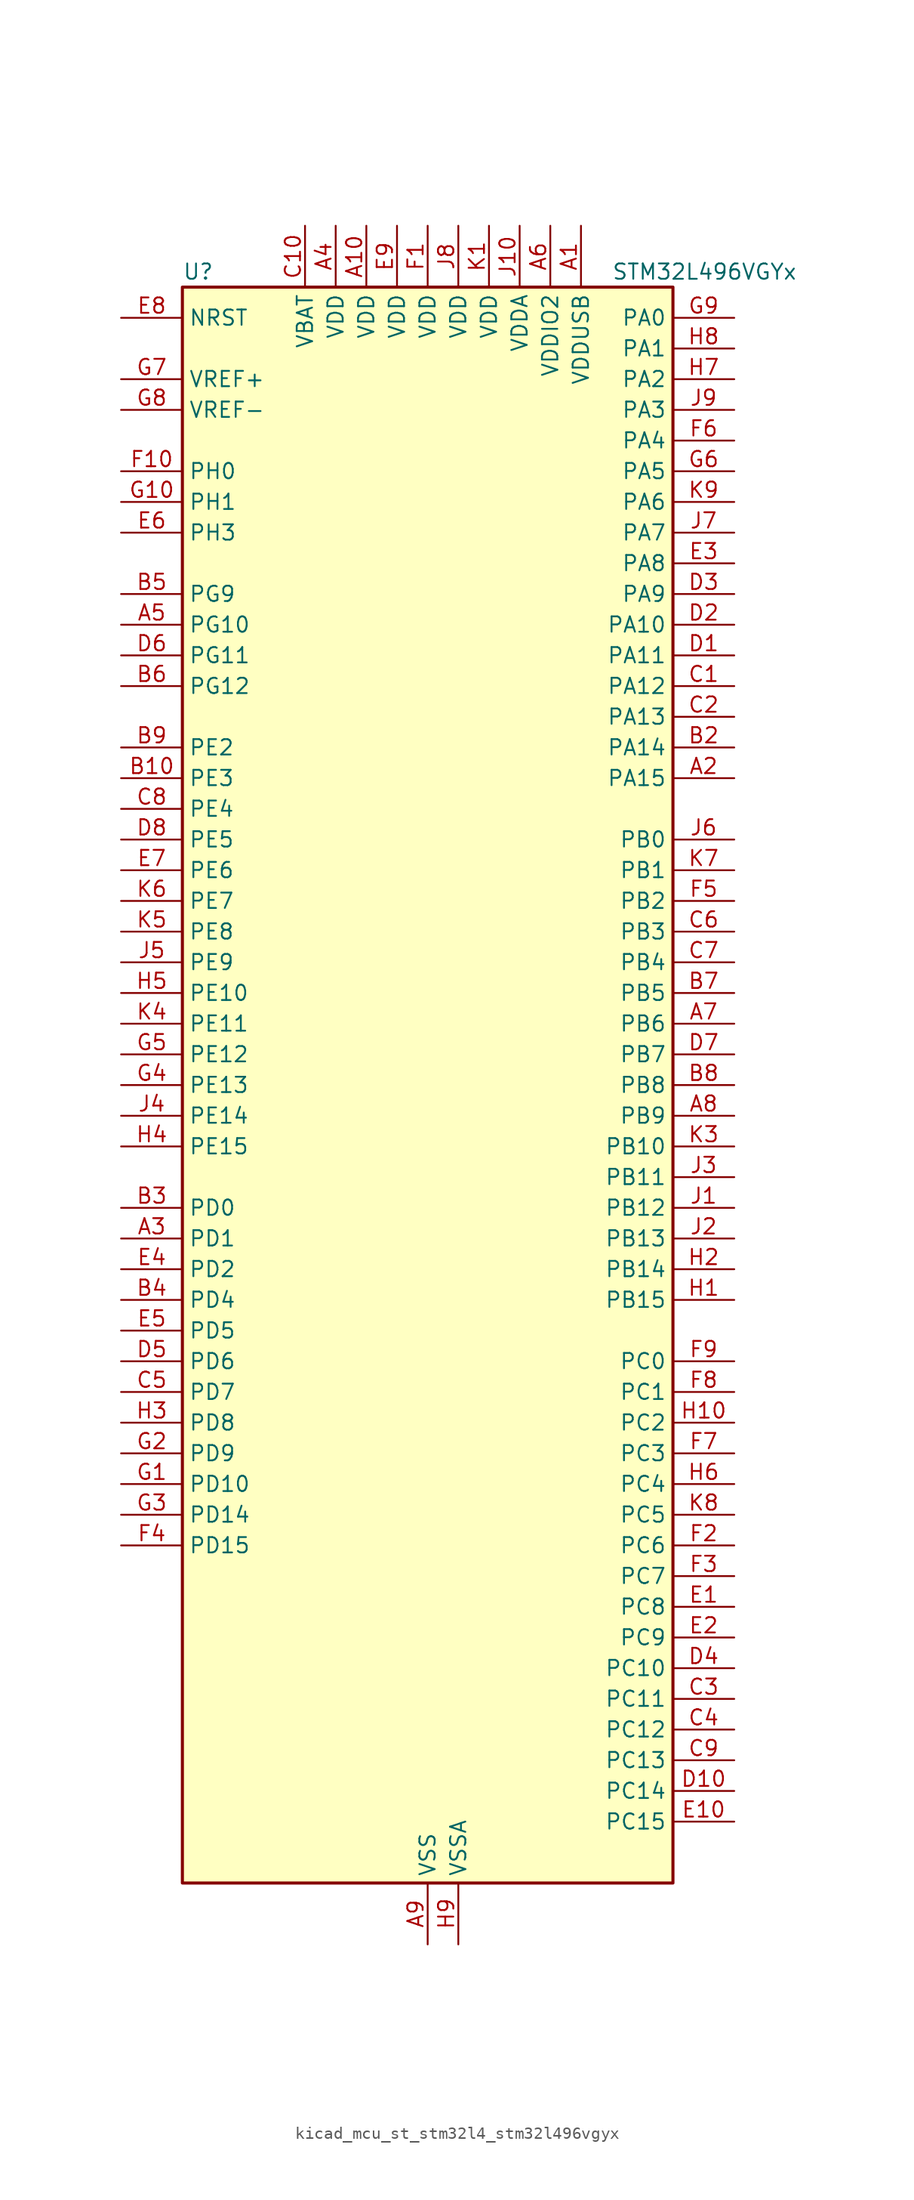
<source format=kicad_sym>
(kicad_symbol_lib
  (version 20220914)
  (generator kicad_symbol_editor)
  (symbol "kicad_mcu_st_stm32l4_stm32l496vgyx"
    (property "Reference" "U"
      (at -20.32 67.31 0)
      (effects (font (size 1.27 1.27)) (justify left)))
    (property "Value" "STM32L496VGYx"
      (at 15.24 67.31 0)
      (effects (font (size 1.27 1.27)) (justify left)))
    (property "ki_locked" ""
      (at 0 0 0)
      (effects (font (size 1.27 1.27))))
    (symbol "kicad_mcu_st_stm32l4_stm32l496vgyx_0_1"
      (rectangle (start -20.32 -66.04) (end 20.32 66.04) (stroke (width 0.254) (type default)) (fill (type background))))
    (symbol "kicad_mcu_st_stm32l4_stm32l496vgyx_1_1"
      (pin power_in line (at 12.7 71.12 270) (length 5.08) (name "VDDUSB" (effects (font (size 1.27 1.27)))) (number "A1" (effects (font (size 1.27 1.27)))))
      (pin power_in line (at -5.08 71.12 270) (length 5.08) (name "VDD" (effects (font (size 1.27 1.27)))) (number "A10" (effects (font (size 1.27 1.27)))))
      (pin bidirectional line (at 25.4 25.4 180) (length 5.08) (name "PA15" (effects (font (size 1.27 1.27)))) (number "A2" (effects (font (size 1.27 1.27)))) (alternate "ADC1_EXTI15" bidirectional line) (alternate "ADC2_EXTI15" bidirectional line) (alternate "ADC3_EXTI15" bidirectional line) (alternate "LCD_SEG17" bidirectional line) (alternate "SAI2_FS_B" bidirectional line) (alternate "SPI1_NSS" bidirectional line) (alternate "SPI3_NSS" bidirectional line) (alternate "SWPMI1_SUSPEND" bidirectional line) (alternate "SYS_JTDI" bidirectional line) (alternate "TIM2_CH1" bidirectional line) (alternate "TIM2_ETR" bidirectional line) (alternate "TSC_G3_IO1" bidirectional line) (alternate "UART4_DE" bidirectional line) (alternate "UART4_RTS" bidirectional line) (alternate "USART2_RX" bidirectional line) (alternate "USART3_DE" bidirectional line) (alternate "USART3_RTS" bidirectional line))
      (pin bidirectional line (at -25.4 -12.7 0) (length 5.08) (name "PD1" (effects (font (size 1.27 1.27)))) (number "A3" (effects (font (size 1.27 1.27)))) (alternate "CAN1_TX" bidirectional line) (alternate "DFSDM1_CKIN7" bidirectional line) (alternate "FMC_D3" bidirectional line) (alternate "FMC_DA3" bidirectional line) (alternate "SPI2_SCK" bidirectional line))
      (pin power_in line (at -7.62 71.12 270) (length 5.08) (name "VDD" (effects (font (size 1.27 1.27)))) (number "A4" (effects (font (size 1.27 1.27)))))
      (pin bidirectional line (at -25.4 38.1 0) (length 5.08) (name "PG10" (effects (font (size 1.27 1.27)))) (number "A5" (effects (font (size 1.27 1.27)))) (alternate "LPTIM1_IN1" bidirectional line) (alternate "SAI2_FS_A" bidirectional line) (alternate "SPI3_MISO" bidirectional line) (alternate "TIM15_CH1" bidirectional line) (alternate "USART1_RX" bidirectional line))
      (pin power_in line (at 10.16 71.12 270) (length 5.08) (name "VDDIO2" (effects (font (size 1.27 1.27)))) (number "A6" (effects (font (size 1.27 1.27)))))
      (pin bidirectional line (at 25.4 5.08 180) (length 5.08) (name "PB6" (effects (font (size 1.27 1.27)))) (number "A7" (effects (font (size 1.27 1.27)))) (alternate "CAN2_TX" bidirectional line) (alternate "COMP2_INP" bidirectional line) (alternate "DCMI_D5" bidirectional line) (alternate "DFSDM1_DATIN5" bidirectional line) (alternate "I2C1_SCL" bidirectional line) (alternate "I2C4_SCL" bidirectional line) (alternate "LPTIM1_ETR" bidirectional line) (alternate "SAI1_FS_B" bidirectional line) (alternate "TIM16_CH1N" bidirectional line) (alternate "TIM4_CH1" bidirectional line) (alternate "TIM8_BKIN2" bidirectional line) (alternate "TIM8_BKIN2_COMP2" bidirectional line) (alternate "TSC_G2_IO3" bidirectional line) (alternate "USART1_TX" bidirectional line))
      (pin bidirectional line (at 25.4 -2.54 180) (length 5.08) (name "PB9" (effects (font (size 1.27 1.27)))) (number "A8" (effects (font (size 1.27 1.27)))) (alternate "CAN1_TX" bidirectional line) (alternate "DAC1_EXTI9" bidirectional line) (alternate "DCMI_D7" bidirectional line) (alternate "DFSDM1_CKIN6" bidirectional line) (alternate "I2C1_SDA" bidirectional line) (alternate "IR_OUT" bidirectional line) (alternate "LCD_COM3" bidirectional line) (alternate "SAI1_FS_A" bidirectional line) (alternate "SDMMC1_D5" bidirectional line) (alternate "SPI2_NSS" bidirectional line) (alternate "TIM17_CH1" bidirectional line) (alternate "TIM4_CH4" bidirectional line))
      (pin power_in line (at 0 -71.12 90) (length 5.08) (name "VSS" (effects (font (size 1.27 1.27)))) (number "A9" (effects (font (size 1.27 1.27)))))
      (pin passive line (at 0 -71.12 90) (length 5.08) hide (name "VSS" (effects (font (size 1.27 1.27)))) (number "B1" (effects (font (size 1.27 1.27)))))
      (pin bidirectional line (at -25.4 25.4 0) (length 5.08) (name "PE3" (effects (font (size 1.27 1.27)))) (number "B10" (effects (font (size 1.27 1.27)))) (alternate "FMC_A19" bidirectional line) (alternate "LCD_SEG39" bidirectional line) (alternate "SAI1_SD_B" bidirectional line) (alternate "SYS_TRACED0" bidirectional line) (alternate "TIM3_CH1" bidirectional line) (alternate "TSC_G7_IO2" bidirectional line))
      (pin bidirectional line (at 25.4 27.94 180) (length 5.08) (name "PA14" (effects (font (size 1.27 1.27)))) (number "B2" (effects (font (size 1.27 1.27)))) (alternate "I2C1_SMBA" bidirectional line) (alternate "I2C4_SMBA" bidirectional line) (alternate "LPTIM1_OUT" bidirectional line) (alternate "SAI1_FS_B" bidirectional line) (alternate "SWPMI1_RX" bidirectional line) (alternate "SYS_JTCK-SWCLK" bidirectional line) (alternate "USB_OTG_FS_SOF" bidirectional line))
      (pin bidirectional line (at -25.4 -10.16 0) (length 5.08) (name "PD0" (effects (font (size 1.27 1.27)))) (number "B3" (effects (font (size 1.27 1.27)))) (alternate "CAN1_RX" bidirectional line) (alternate "DFSDM1_DATIN7" bidirectional line) (alternate "FMC_D2" bidirectional line) (alternate "FMC_DA2" bidirectional line) (alternate "SPI2_NSS" bidirectional line))
      (pin bidirectional line (at -25.4 -17.78 0) (length 5.08) (name "PD4" (effects (font (size 1.27 1.27)))) (number "B4" (effects (font (size 1.27 1.27)))) (alternate "DFSDM1_CKIN0" bidirectional line) (alternate "FMC_NOE" bidirectional line) (alternate "QUADSPI_BK2_IO0" bidirectional line) (alternate "SPI2_MOSI" bidirectional line) (alternate "USART2_DE" bidirectional line) (alternate "USART2_RTS" bidirectional line))
      (pin bidirectional line (at -25.4 40.64 0) (length 5.08) (name "PG9" (effects (font (size 1.27 1.27)))) (number "B5" (effects (font (size 1.27 1.27)))) (alternate "DAC1_EXTI9" bidirectional line) (alternate "FMC_NCE" bidirectional line) (alternate "SAI2_SCK_A" bidirectional line) (alternate "SPI3_SCK" bidirectional line) (alternate "TIM15_CH1N" bidirectional line) (alternate "USART1_TX" bidirectional line))
      (pin bidirectional line (at -25.4 33.02 0) (length 5.08) (name "PG12" (effects (font (size 1.27 1.27)))) (number "B6" (effects (font (size 1.27 1.27)))) (alternate "LPTIM1_ETR" bidirectional line) (alternate "SAI2_SD_A" bidirectional line) (alternate "SPI3_NSS" bidirectional line) (alternate "USART1_DE" bidirectional line) (alternate "USART1_RTS" bidirectional line))
      (pin bidirectional line (at 25.4 7.62 180) (length 5.08) (name "PB5" (effects (font (size 1.27 1.27)))) (number "B7" (effects (font (size 1.27 1.27)))) (alternate "CAN2_RX" bidirectional line) (alternate "COMP2_OUT" bidirectional line) (alternate "DCMI_D10" bidirectional line) (alternate "I2C1_SMBA" bidirectional line) (alternate "LCD_SEG9" bidirectional line) (alternate "LPTIM1_IN1" bidirectional line) (alternate "SAI1_SD_B" bidirectional line) (alternate "SPI1_MOSI" bidirectional line) (alternate "SPI3_MOSI" bidirectional line) (alternate "TIM16_BKIN" bidirectional line) (alternate "TIM3_CH2" bidirectional line) (alternate "TSC_G2_IO2" bidirectional line) (alternate "UART5_CTS" bidirectional line) (alternate "USART1_CK" bidirectional line))
      (pin bidirectional line (at 25.4 0 180) (length 5.08) (name "PB8" (effects (font (size 1.27 1.27)))) (number "B8" (effects (font (size 1.27 1.27)))) (alternate "CAN1_RX" bidirectional line) (alternate "DCMI_D6" bidirectional line) (alternate "DFSDM1_DATIN6" bidirectional line) (alternate "I2C1_SCL" bidirectional line) (alternate "LCD_SEG16" bidirectional line) (alternate "SAI1_MCLK_A" bidirectional line) (alternate "SDMMC1_D4" bidirectional line) (alternate "TIM16_CH1" bidirectional line) (alternate "TIM4_CH3" bidirectional line))
      (pin bidirectional line (at -25.4 27.94 0) (length 5.08) (name "PE2" (effects (font (size 1.27 1.27)))) (number "B9" (effects (font (size 1.27 1.27)))) (alternate "FMC_A23" bidirectional line) (alternate "LCD_SEG38" bidirectional line) (alternate "SAI1_MCLK_A" bidirectional line) (alternate "SYS_TRACECLK" bidirectional line) (alternate "TIM3_ETR" bidirectional line) (alternate "TSC_G7_IO1" bidirectional line))
      (pin bidirectional line (at 25.4 33.02 180) (length 5.08) (name "PA12" (effects (font (size 1.27 1.27)))) (number "C1" (effects (font (size 1.27 1.27)))) (alternate "CAN1_TX" bidirectional line) (alternate "SPI1_MOSI" bidirectional line) (alternate "TIM1_ETR" bidirectional line) (alternate "USART1_DE" bidirectional line) (alternate "USART1_RTS" bidirectional line) (alternate "USB_OTG_FS_DP" bidirectional line))
      (pin power_in line (at -10.16 71.12 270) (length 5.08) (name "VBAT" (effects (font (size 1.27 1.27)))) (number "C10" (effects (font (size 1.27 1.27)))))
      (pin bidirectional line (at 25.4 30.48 180) (length 5.08) (name "PA13" (effects (font (size 1.27 1.27)))) (number "C2" (effects (font (size 1.27 1.27)))) (alternate "IR_OUT" bidirectional line) (alternate "SAI1_SD_B" bidirectional line) (alternate "SWPMI1_TX" bidirectional line) (alternate "SYS_JTMS-SWDIO" bidirectional line) (alternate "USB_OTG_FS_NOE" bidirectional line))
      (pin bidirectional line (at 25.4 -50.8 180) (length 5.08) (name "PC11" (effects (font (size 1.27 1.27)))) (number "C3" (effects (font (size 1.27 1.27)))) (alternate "ADC1_EXTI11" bidirectional line) (alternate "ADC2_EXTI11" bidirectional line) (alternate "ADC3_EXTI11" bidirectional line) (alternate "DCMI_D4" bidirectional line) (alternate "LCD_COM5" bidirectional line) (alternate "LCD_SEG29" bidirectional line) (alternate "LCD_SEG41" bidirectional line) (alternate "QUADSPI_BK2_NCS" bidirectional line) (alternate "SAI2_MCLK_B" bidirectional line) (alternate "SDMMC1_D3" bidirectional line) (alternate "SPI3_MISO" bidirectional line) (alternate "TSC_G3_IO3" bidirectional line) (alternate "UART4_RX" bidirectional line) (alternate "USART3_RX" bidirectional line))
      (pin bidirectional line (at 25.4 -53.34 180) (length 5.08) (name "PC12" (effects (font (size 1.27 1.27)))) (number "C4" (effects (font (size 1.27 1.27)))) (alternate "DCMI_D9" bidirectional line) (alternate "LCD_COM6" bidirectional line) (alternate "LCD_SEG30" bidirectional line) (alternate "LCD_SEG42" bidirectional line) (alternate "SAI2_SD_B" bidirectional line) (alternate "SDMMC1_CK" bidirectional line) (alternate "SPI3_MOSI" bidirectional line) (alternate "SYS_TRACED3" bidirectional line) (alternate "TSC_G3_IO4" bidirectional line) (alternate "UART5_TX" bidirectional line) (alternate "USART3_CK" bidirectional line))
      (pin bidirectional line (at -25.4 -25.4 0) (length 5.08) (name "PD7" (effects (font (size 1.27 1.27)))) (number "C5" (effects (font (size 1.27 1.27)))) (alternate "DFSDM1_CKIN1" bidirectional line) (alternate "FMC_NE1" bidirectional line) (alternate "QUADSPI_BK2_IO3" bidirectional line) (alternate "USART2_CK" bidirectional line))
      (pin bidirectional line (at 25.4 12.7 180) (length 5.08) (name "PB3" (effects (font (size 1.27 1.27)))) (number "C6" (effects (font (size 1.27 1.27)))) (alternate "COMP2_INM" bidirectional line) (alternate "CRS_SYNC" bidirectional line) (alternate "LCD_SEG7" bidirectional line) (alternate "SAI1_SCK_B" bidirectional line) (alternate "SPI1_SCK" bidirectional line) (alternate "SPI3_SCK" bidirectional line) (alternate "SYS_JTDO-SWO" bidirectional line) (alternate "TIM2_CH2" bidirectional line) (alternate "USART1_DE" bidirectional line) (alternate "USART1_RTS" bidirectional line))
      (pin bidirectional line (at 25.4 10.16 180) (length 5.08) (name "PB4" (effects (font (size 1.27 1.27)))) (number "C7" (effects (font (size 1.27 1.27)))) (alternate "COMP2_INP" bidirectional line) (alternate "DCMI_D12" bidirectional line) (alternate "I2C3_SDA" bidirectional line) (alternate "LCD_SEG8" bidirectional line) (alternate "SAI1_MCLK_B" bidirectional line) (alternate "SPI1_MISO" bidirectional line) (alternate "SPI3_MISO" bidirectional line) (alternate "SYS_JTRST" bidirectional line) (alternate "TIM17_BKIN" bidirectional line) (alternate "TIM3_CH1" bidirectional line) (alternate "TSC_G2_IO1" bidirectional line) (alternate "UART5_DE" bidirectional line) (alternate "UART5_RTS" bidirectional line) (alternate "USART1_CTS" bidirectional line))
      (pin bidirectional line (at -25.4 22.86 0) (length 5.08) (name "PE4" (effects (font (size 1.27 1.27)))) (number "C8" (effects (font (size 1.27 1.27)))) (alternate "DCMI_D4" bidirectional line) (alternate "DFSDM1_DATIN3" bidirectional line) (alternate "FMC_A20" bidirectional line) (alternate "SAI1_FS_A" bidirectional line) (alternate "SYS_TRACED1" bidirectional line) (alternate "TIM3_CH2" bidirectional line) (alternate "TSC_G7_IO3" bidirectional line))
      (pin bidirectional line (at 25.4 -55.88 180) (length 5.08) (name "PC13" (effects (font (size 1.27 1.27)))) (number "C9" (effects (font (size 1.27 1.27)))) (alternate "RTC_OUT_ALARM" bidirectional line) (alternate "RTC_OUT_CALIB" bidirectional line) (alternate "RTC_TAMP1" bidirectional line) (alternate "RTC_TS" bidirectional line) (alternate "SYS_WKUP2" bidirectional line))
      (pin bidirectional line (at 25.4 35.56 180) (length 5.08) (name "PA11" (effects (font (size 1.27 1.27)))) (number "D1" (effects (font (size 1.27 1.27)))) (alternate "ADC1_EXTI11" bidirectional line) (alternate "ADC2_EXTI11" bidirectional line) (alternate "ADC3_EXTI11" bidirectional line) (alternate "CAN1_RX" bidirectional line) (alternate "SPI1_MISO" bidirectional line) (alternate "TIM1_BKIN2" bidirectional line) (alternate "TIM1_BKIN2_COMP1" bidirectional line) (alternate "TIM1_CH4" bidirectional line) (alternate "USART1_CTS" bidirectional line) (alternate "USB_OTG_FS_DM" bidirectional line))
      (pin bidirectional line (at 25.4 -58.42 180) (length 5.08) (name "PC14" (effects (font (size 1.27 1.27)))) (number "D10" (effects (font (size 1.27 1.27)))) (alternate "RCC_OSC32_IN" bidirectional line))
      (pin bidirectional line (at 25.4 38.1 180) (length 5.08) (name "PA10" (effects (font (size 1.27 1.27)))) (number "D2" (effects (font (size 1.27 1.27)))) (alternate "DCMI_D1" bidirectional line) (alternate "LCD_COM2" bidirectional line) (alternate "SAI1_SD_A" bidirectional line) (alternate "TIM17_BKIN" bidirectional line) (alternate "TIM1_CH3" bidirectional line) (alternate "USART1_RX" bidirectional line) (alternate "USB_OTG_FS_ID" bidirectional line))
      (pin bidirectional line (at 25.4 40.64 180) (length 5.08) (name "PA9" (effects (font (size 1.27 1.27)))) (number "D3" (effects (font (size 1.27 1.27)))) (alternate "DAC1_EXTI9" bidirectional line) (alternate "DCMI_D0" bidirectional line) (alternate "LCD_COM1" bidirectional line) (alternate "SAI1_FS_A" bidirectional line) (alternate "SPI2_SCK" bidirectional line) (alternate "TIM15_BKIN" bidirectional line) (alternate "TIM1_CH2" bidirectional line) (alternate "USART1_TX" bidirectional line) (alternate "USB_OTG_FS_VBUS" bidirectional line))
      (pin bidirectional line (at 25.4 -48.26 180) (length 5.08) (name "PC10" (effects (font (size 1.27 1.27)))) (number "D4" (effects (font (size 1.27 1.27)))) (alternate "DCMI_D8" bidirectional line) (alternate "LCD_COM4" bidirectional line) (alternate "LCD_SEG28" bidirectional line) (alternate "LCD_SEG40" bidirectional line) (alternate "SAI2_SCK_B" bidirectional line) (alternate "SDMMC1_D2" bidirectional line) (alternate "SPI3_SCK" bidirectional line) (alternate "SYS_TRACED1" bidirectional line) (alternate "TSC_G3_IO2" bidirectional line) (alternate "UART4_TX" bidirectional line) (alternate "USART3_TX" bidirectional line))
      (pin bidirectional line (at -25.4 -22.86 0) (length 5.08) (name "PD6" (effects (font (size 1.27 1.27)))) (number "D5" (effects (font (size 1.27 1.27)))) (alternate "DCMI_D10" bidirectional line) (alternate "DFSDM1_DATIN1" bidirectional line) (alternate "FMC_NWAIT" bidirectional line) (alternate "QUADSPI_BK2_IO1" bidirectional line) (alternate "QUADSPI_BK2_IO2" bidirectional line) (alternate "SAI1_SD_A" bidirectional line) (alternate "USART2_RX" bidirectional line))
      (pin bidirectional line (at -25.4 35.56 0) (length 5.08) (name "PG11" (effects (font (size 1.27 1.27)))) (number "D6" (effects (font (size 1.27 1.27)))) (alternate "ADC1_EXTI11" bidirectional line) (alternate "ADC2_EXTI11" bidirectional line) (alternate "ADC3_EXTI11" bidirectional line) (alternate "LPTIM1_IN2" bidirectional line) (alternate "SAI2_MCLK_A" bidirectional line) (alternate "SPI3_MOSI" bidirectional line) (alternate "TIM15_CH2" bidirectional line) (alternate "USART1_CTS" bidirectional line))
      (pin bidirectional line (at 25.4 2.54 180) (length 5.08) (name "PB7" (effects (font (size 1.27 1.27)))) (number "D7" (effects (font (size 1.27 1.27)))) (alternate "COMP2_INM" bidirectional line) (alternate "DCMI_VSYNC" bidirectional line) (alternate "DFSDM1_CKIN5" bidirectional line) (alternate "FMC_NL" bidirectional line) (alternate "I2C1_SDA" bidirectional line) (alternate "I2C4_SDA" bidirectional line) (alternate "LCD_SEG21" bidirectional line) (alternate "LPTIM1_IN2" bidirectional line) (alternate "SYS_PVD_IN" bidirectional line) (alternate "TIM17_CH1N" bidirectional line) (alternate "TIM4_CH2" bidirectional line) (alternate "TIM8_BKIN" bidirectional line) (alternate "TIM8_BKIN_COMP1" bidirectional line) (alternate "TSC_G2_IO4" bidirectional line) (alternate "UART4_CTS" bidirectional line) (alternate "USART1_RX" bidirectional line))
      (pin bidirectional line (at -25.4 20.32 0) (length 5.08) (name "PE5" (effects (font (size 1.27 1.27)))) (number "D8" (effects (font (size 1.27 1.27)))) (alternate "DCMI_D6" bidirectional line) (alternate "DFSDM1_CKIN3" bidirectional line) (alternate "FMC_A21" bidirectional line) (alternate "SAI1_SCK_A" bidirectional line) (alternate "SYS_TRACED2" bidirectional line) (alternate "TIM3_CH3" bidirectional line) (alternate "TSC_G7_IO4" bidirectional line))
      (pin passive line (at 0 -71.12 90) (length 5.08) hide (name "VSS" (effects (font (size 1.27 1.27)))) (number "D9" (effects (font (size 1.27 1.27)))))
      (pin bidirectional line (at 25.4 -43.18 180) (length 5.08) (name "PC8" (effects (font (size 1.27 1.27)))) (number "E1" (effects (font (size 1.27 1.27)))) (alternate "DCMI_D2" bidirectional line) (alternate "LCD_SEG26" bidirectional line) (alternate "SDMMC1_D0" bidirectional line) (alternate "TIM3_CH3" bidirectional line) (alternate "TIM8_CH3" bidirectional line) (alternate "TSC_G4_IO3" bidirectional line))
      (pin bidirectional line (at 25.4 -60.96 180) (length 5.08) (name "PC15" (effects (font (size 1.27 1.27)))) (number "E10" (effects (font (size 1.27 1.27)))) (alternate "ADC1_EXTI15" bidirectional line) (alternate "ADC2_EXTI15" bidirectional line) (alternate "ADC3_EXTI15" bidirectional line) (alternate "RCC_OSC32_OUT" bidirectional line))
      (pin bidirectional line (at 25.4 -45.72 180) (length 5.08) (name "PC9" (effects (font (size 1.27 1.27)))) (number "E2" (effects (font (size 1.27 1.27)))) (alternate "DAC1_EXTI9" bidirectional line) (alternate "DCMI_D3" bidirectional line) (alternate "I2C3_SDA" bidirectional line) (alternate "LCD_SEG27" bidirectional line) (alternate "SAI2_EXTCLK" bidirectional line) (alternate "SDMMC1_D1" bidirectional line) (alternate "TIM3_CH4" bidirectional line) (alternate "TIM8_BKIN2" bidirectional line) (alternate "TIM8_BKIN2_COMP1" bidirectional line) (alternate "TIM8_CH4" bidirectional line) (alternate "TSC_G4_IO4" bidirectional line) (alternate "USB_OTG_FS_NOE" bidirectional line))
      (pin bidirectional line (at 25.4 43.18 180) (length 5.08) (name "PA8" (effects (font (size 1.27 1.27)))) (number "E3" (effects (font (size 1.27 1.27)))) (alternate "LCD_COM0" bidirectional line) (alternate "LPTIM2_OUT" bidirectional line) (alternate "RCC_MCO" bidirectional line) (alternate "SAI1_SCK_A" bidirectional line) (alternate "SWPMI1_IO" bidirectional line) (alternate "TIM1_CH1" bidirectional line) (alternate "USART1_CK" bidirectional line) (alternate "USB_OTG_FS_SOF" bidirectional line))
      (pin bidirectional line (at -25.4 -15.24 0) (length 5.08) (name "PD2" (effects (font (size 1.27 1.27)))) (number "E4" (effects (font (size 1.27 1.27)))) (alternate "DCMI_D11" bidirectional line) (alternate "LCD_COM7" bidirectional line) (alternate "LCD_SEG31" bidirectional line) (alternate "LCD_SEG43" bidirectional line) (alternate "SDMMC1_CMD" bidirectional line) (alternate "SYS_TRACED2" bidirectional line) (alternate "TIM3_ETR" bidirectional line) (alternate "TSC_SYNC" bidirectional line) (alternate "UART5_RX" bidirectional line) (alternate "USART3_DE" bidirectional line) (alternate "USART3_RTS" bidirectional line))
      (pin bidirectional line (at -25.4 -20.32 0) (length 5.08) (name "PD5" (effects (font (size 1.27 1.27)))) (number "E5" (effects (font (size 1.27 1.27)))) (alternate "FMC_NWE" bidirectional line) (alternate "QUADSPI_BK2_IO1" bidirectional line) (alternate "USART2_TX" bidirectional line))
      (pin bidirectional line (at -25.4 45.72 0) (length 5.08) (name "PH3" (effects (font (size 1.27 1.27)))) (number "E6" (effects (font (size 1.27 1.27)))))
      (pin bidirectional line (at -25.4 17.78 0) (length 5.08) (name "PE6" (effects (font (size 1.27 1.27)))) (number "E7" (effects (font (size 1.27 1.27)))) (alternate "DCMI_D7" bidirectional line) (alternate "FMC_A22" bidirectional line) (alternate "RTC_TAMP3" bidirectional line) (alternate "SAI1_SD_A" bidirectional line) (alternate "SYS_TRACED3" bidirectional line) (alternate "SYS_WKUP3" bidirectional line) (alternate "TIM3_CH4" bidirectional line))
      (pin input line (at -25.4 63.5 0) (length 5.08) (name "NRST" (effects (font (size 1.27 1.27)))) (number "E8" (effects (font (size 1.27 1.27)))))
      (pin power_in line (at -2.54 71.12 270) (length 5.08) (name "VDD" (effects (font (size 1.27 1.27)))) (number "E9" (effects (font (size 1.27 1.27)))))
      (pin power_in line (at 0 71.12 270) (length 5.08) (name "VDD" (effects (font (size 1.27 1.27)))) (number "F1" (effects (font (size 1.27 1.27)))))
      (pin bidirectional line (at -25.4 50.8 0) (length 5.08) (name "PH0" (effects (font (size 1.27 1.27)))) (number "F10" (effects (font (size 1.27 1.27)))) (alternate "RCC_OSC_IN" bidirectional line))
      (pin bidirectional line (at 25.4 -38.1 180) (length 5.08) (name "PC6" (effects (font (size 1.27 1.27)))) (number "F2" (effects (font (size 1.27 1.27)))) (alternate "DCMI_D0" bidirectional line) (alternate "DFSDM1_CKIN3" bidirectional line) (alternate "LCD_SEG24" bidirectional line) (alternate "SAI2_MCLK_A" bidirectional line) (alternate "SDMMC1_D6" bidirectional line) (alternate "TIM3_CH1" bidirectional line) (alternate "TIM8_CH1" bidirectional line) (alternate "TSC_G4_IO1" bidirectional line))
      (pin bidirectional line (at 25.4 -40.64 180) (length 5.08) (name "PC7" (effects (font (size 1.27 1.27)))) (number "F3" (effects (font (size 1.27 1.27)))) (alternate "DCMI_D1" bidirectional line) (alternate "DFSDM1_DATIN3" bidirectional line) (alternate "LCD_SEG25" bidirectional line) (alternate "SAI2_MCLK_B" bidirectional line) (alternate "SDMMC1_D7" bidirectional line) (alternate "TIM3_CH2" bidirectional line) (alternate "TIM8_CH2" bidirectional line) (alternate "TSC_G4_IO2" bidirectional line))
      (pin bidirectional line (at -25.4 -38.1 0) (length 5.08) (name "PD15" (effects (font (size 1.27 1.27)))) (number "F4" (effects (font (size 1.27 1.27)))) (alternate "ADC1_EXTI15" bidirectional line) (alternate "ADC2_EXTI15" bidirectional line) (alternate "ADC3_EXTI15" bidirectional line) (alternate "FMC_D1" bidirectional line) (alternate "FMC_DA1" bidirectional line) (alternate "LCD_SEG35" bidirectional line) (alternate "TIM4_CH4" bidirectional line))
      (pin bidirectional line (at 25.4 15.24 180) (length 5.08) (name "PB2" (effects (font (size 1.27 1.27)))) (number "F5" (effects (font (size 1.27 1.27)))) (alternate "COMP1_INP" bidirectional line) (alternate "DFSDM1_CKIN0" bidirectional line) (alternate "I2C3_SMBA" bidirectional line) (alternate "LCD_VLCD" bidirectional line) (alternate "LPTIM1_OUT" bidirectional line) (alternate "RTC_OUT_ALARM" bidirectional line) (alternate "RTC_OUT_CALIB" bidirectional line))
      (pin bidirectional line (at 25.4 53.34 180) (length 5.08) (name "PA4" (effects (font (size 1.27 1.27)))) (number "F6" (effects (font (size 1.27 1.27)))) (alternate "ADC1_IN9" bidirectional line) (alternate "ADC2_IN9" bidirectional line) (alternate "DAC1_OUT1" bidirectional line) (alternate "DCMI_HSYNC" bidirectional line) (alternate "LPTIM2_OUT" bidirectional line) (alternate "SAI1_FS_B" bidirectional line) (alternate "SPI1_NSS" bidirectional line) (alternate "SPI3_NSS" bidirectional line) (alternate "USART2_CK" bidirectional line))
      (pin bidirectional line (at 25.4 -30.48 180) (length 5.08) (name "PC3" (effects (font (size 1.27 1.27)))) (number "F7" (effects (font (size 1.27 1.27)))) (alternate "ADC1_IN4" bidirectional line) (alternate "ADC2_IN4" bidirectional line) (alternate "ADC3_IN4" bidirectional line) (alternate "LCD_VLCD" bidirectional line) (alternate "LPTIM1_ETR" bidirectional line) (alternate "LPTIM2_ETR" bidirectional line) (alternate "QUADSPI_BK2_IO2" bidirectional line) (alternate "SAI1_SD_A" bidirectional line) (alternate "SPI2_MOSI" bidirectional line))
      (pin bidirectional line (at 25.4 -25.4 180) (length 5.08) (name "PC1" (effects (font (size 1.27 1.27)))) (number "F8" (effects (font (size 1.27 1.27)))) (alternate "ADC1_IN2" bidirectional line) (alternate "ADC2_IN2" bidirectional line) (alternate "ADC3_IN2" bidirectional line) (alternate "DFSDM1_CKIN4" bidirectional line) (alternate "I2C3_SDA" bidirectional line) (alternate "I2C4_SDA" bidirectional line) (alternate "LCD_SEG19" bidirectional line) (alternate "LPTIM1_OUT" bidirectional line) (alternate "LPUART1_TX" bidirectional line) (alternate "QUADSPI_BK2_IO0" bidirectional line) (alternate "SAI1_SD_A" bidirectional line) (alternate "SPI2_MOSI" bidirectional line) (alternate "SYS_TRACED0" bidirectional line))
      (pin bidirectional line (at 25.4 -22.86 180) (length 5.08) (name "PC0" (effects (font (size 1.27 1.27)))) (number "F9" (effects (font (size 1.27 1.27)))) (alternate "ADC1_IN1" bidirectional line) (alternate "ADC2_IN1" bidirectional line) (alternate "ADC3_IN1" bidirectional line) (alternate "DFSDM1_DATIN4" bidirectional line) (alternate "I2C3_SCL" bidirectional line) (alternate "I2C4_SCL" bidirectional line) (alternate "LCD_SEG18" bidirectional line) (alternate "LPTIM1_IN1" bidirectional line) (alternate "LPTIM2_IN1" bidirectional line) (alternate "LPUART1_RX" bidirectional line))
      (pin bidirectional line (at -25.4 -33.02 0) (length 5.08) (name "PD10" (effects (font (size 1.27 1.27)))) (number "G1" (effects (font (size 1.27 1.27)))) (alternate "FMC_D15" bidirectional line) (alternate "FMC_DA15" bidirectional line) (alternate "LCD_SEG30" bidirectional line) (alternate "SAI2_SCK_A" bidirectional line) (alternate "USART3_CK" bidirectional line))
      (pin bidirectional line (at -25.4 48.26 0) (length 5.08) (name "PH1" (effects (font (size 1.27 1.27)))) (number "G10" (effects (font (size 1.27 1.27)))) (alternate "RCC_OSC_OUT" bidirectional line))
      (pin bidirectional line (at -25.4 -30.48 0) (length 5.08) (name "PD9" (effects (font (size 1.27 1.27)))) (number "G2" (effects (font (size 1.27 1.27)))) (alternate "DAC1_EXTI9" bidirectional line) (alternate "DCMI_PIXCLK" bidirectional line) (alternate "FMC_D14" bidirectional line) (alternate "FMC_DA14" bidirectional line) (alternate "LCD_SEG29" bidirectional line) (alternate "SAI2_MCLK_A" bidirectional line) (alternate "USART3_RX" bidirectional line))
      (pin bidirectional line (at -25.4 -35.56 0) (length 5.08) (name "PD14" (effects (font (size 1.27 1.27)))) (number "G3" (effects (font (size 1.27 1.27)))) (alternate "FMC_D0" bidirectional line) (alternate "FMC_DA0" bidirectional line) (alternate "LCD_SEG34" bidirectional line) (alternate "TIM4_CH3" bidirectional line))
      (pin bidirectional line (at -25.4 0 0) (length 5.08) (name "PE13" (effects (font (size 1.27 1.27)))) (number "G4" (effects (font (size 1.27 1.27)))) (alternate "DFSDM1_CKIN5" bidirectional line) (alternate "FMC_D10" bidirectional line) (alternate "FMC_DA10" bidirectional line) (alternate "QUADSPI_BK1_IO1" bidirectional line) (alternate "SPI1_SCK" bidirectional line) (alternate "TIM1_CH3" bidirectional line) (alternate "TSC_G5_IO4" bidirectional line))
      (pin bidirectional line (at -25.4 2.54 0) (length 5.08) (name "PE12" (effects (font (size 1.27 1.27)))) (number "G5" (effects (font (size 1.27 1.27)))) (alternate "DFSDM1_DATIN5" bidirectional line) (alternate "FMC_D9" bidirectional line) (alternate "FMC_DA9" bidirectional line) (alternate "QUADSPI_BK1_IO0" bidirectional line) (alternate "SPI1_NSS" bidirectional line) (alternate "TIM1_CH3N" bidirectional line) (alternate "TSC_G5_IO3" bidirectional line))
      (pin bidirectional line (at 25.4 50.8 180) (length 5.08) (name "PA5" (effects (font (size 1.27 1.27)))) (number "G6" (effects (font (size 1.27 1.27)))) (alternate "ADC1_IN10" bidirectional line) (alternate "ADC2_IN10" bidirectional line) (alternate "DAC1_OUT2" bidirectional line) (alternate "LPTIM2_ETR" bidirectional line) (alternate "SPI1_SCK" bidirectional line) (alternate "TIM2_CH1" bidirectional line) (alternate "TIM2_ETR" bidirectional line) (alternate "TIM8_CH1N" bidirectional line))
      (pin input line (at -25.4 58.42 0) (length 5.08) (name "VREF+" (effects (font (size 1.27 1.27)))) (number "G7" (effects (font (size 1.27 1.27)))) (alternate "VREFBUF_OUT" bidirectional line))
      (pin input line (at -25.4 55.88 0) (length 5.08) (name "VREF-" (effects (font (size 1.27 1.27)))) (number "G8" (effects (font (size 1.27 1.27)))))
      (pin bidirectional line (at 25.4 63.5 180) (length 5.08) (name "PA0" (effects (font (size 1.27 1.27)))) (number "G9" (effects (font (size 1.27 1.27)))) (alternate "ADC1_IN5" bidirectional line) (alternate "ADC2_IN5" bidirectional line) (alternate "OPAMP1_VINP" bidirectional line) (alternate "RTC_TAMP2" bidirectional line) (alternate "SAI1_EXTCLK" bidirectional line) (alternate "SYS_WKUP1" bidirectional line) (alternate "TIM2_CH1" bidirectional line) (alternate "TIM2_ETR" bidirectional line) (alternate "TIM5_CH1" bidirectional line) (alternate "TIM8_ETR" bidirectional line) (alternate "UART4_TX" bidirectional line) (alternate "USART2_CTS" bidirectional line))
      (pin bidirectional line (at 25.4 -17.78 180) (length 5.08) (name "PB15" (effects (font (size 1.27 1.27)))) (number "H1" (effects (font (size 1.27 1.27)))) (alternate "ADC1_EXTI15" bidirectional line) (alternate "ADC2_EXTI15" bidirectional line) (alternate "ADC3_EXTI15" bidirectional line) (alternate "DFSDM1_CKIN2" bidirectional line) (alternate "LCD_SEG15" bidirectional line) (alternate "RTC_REFIN" bidirectional line) (alternate "SAI2_SD_A" bidirectional line) (alternate "SPI2_MOSI" bidirectional line) (alternate "SWPMI1_SUSPEND" bidirectional line) (alternate "TIM15_CH2" bidirectional line) (alternate "TIM1_CH3N" bidirectional line) (alternate "TIM8_CH3N" bidirectional line) (alternate "TSC_G1_IO4" bidirectional line))
      (pin bidirectional line (at 25.4 -27.94 180) (length 5.08) (name "PC2" (effects (font (size 1.27 1.27)))) (number "H10" (effects (font (size 1.27 1.27)))) (alternate "ADC1_IN3" bidirectional line) (alternate "ADC2_IN3" bidirectional line) (alternate "ADC3_IN3" bidirectional line) (alternate "DFSDM1_CKOUT" bidirectional line) (alternate "LCD_SEG20" bidirectional line) (alternate "LPTIM1_IN2" bidirectional line) (alternate "QUADSPI_BK2_IO1" bidirectional line) (alternate "SPI2_MISO" bidirectional line))
      (pin bidirectional line (at 25.4 -15.24 180) (length 5.08) (name "PB14" (effects (font (size 1.27 1.27)))) (number "H2" (effects (font (size 1.27 1.27)))) (alternate "DFSDM1_DATIN2" bidirectional line) (alternate "I2C2_SDA" bidirectional line) (alternate "LCD_SEG14" bidirectional line) (alternate "SAI2_MCLK_A" bidirectional line) (alternate "SPI2_MISO" bidirectional line) (alternate "SWPMI1_RX" bidirectional line) (alternate "TIM15_CH1" bidirectional line) (alternate "TIM1_CH2N" bidirectional line) (alternate "TIM8_CH2N" bidirectional line) (alternate "TSC_G1_IO3" bidirectional line) (alternate "USART3_DE" bidirectional line) (alternate "USART3_RTS" bidirectional line))
      (pin bidirectional line (at -25.4 -27.94 0) (length 5.08) (name "PD8" (effects (font (size 1.27 1.27)))) (number "H3" (effects (font (size 1.27 1.27)))) (alternate "DCMI_HSYNC" bidirectional line) (alternate "FMC_D13" bidirectional line) (alternate "FMC_DA13" bidirectional line) (alternate "LCD_SEG28" bidirectional line) (alternate "USART3_TX" bidirectional line))
      (pin bidirectional line (at -25.4 -5.08 0) (length 5.08) (name "PE15" (effects (font (size 1.27 1.27)))) (number "H4" (effects (font (size 1.27 1.27)))) (alternate "ADC1_EXTI15" bidirectional line) (alternate "ADC2_EXTI15" bidirectional line) (alternate "ADC3_EXTI15" bidirectional line) (alternate "FMC_D12" bidirectional line) (alternate "FMC_DA12" bidirectional line) (alternate "QUADSPI_BK1_IO3" bidirectional line) (alternate "SPI1_MOSI" bidirectional line) (alternate "TIM1_BKIN" bidirectional line) (alternate "TIM1_BKIN_COMP1" bidirectional line))
      (pin bidirectional line (at -25.4 7.62 0) (length 5.08) (name "PE10" (effects (font (size 1.27 1.27)))) (number "H5" (effects (font (size 1.27 1.27)))) (alternate "DFSDM1_DATIN4" bidirectional line) (alternate "FMC_D7" bidirectional line) (alternate "FMC_DA7" bidirectional line) (alternate "QUADSPI_CLK" bidirectional line) (alternate "SAI1_MCLK_B" bidirectional line) (alternate "TIM1_CH2N" bidirectional line) (alternate "TSC_G5_IO1" bidirectional line))
      (pin bidirectional line (at 25.4 -33.02 180) (length 5.08) (name "PC4" (effects (font (size 1.27 1.27)))) (number "H6" (effects (font (size 1.27 1.27)))) (alternate "ADC1_IN13" bidirectional line) (alternate "ADC2_IN13" bidirectional line) (alternate "COMP1_INM" bidirectional line) (alternate "LCD_SEG22" bidirectional line) (alternate "QUADSPI_BK2_IO3" bidirectional line) (alternate "USART3_TX" bidirectional line))
      (pin bidirectional line (at 25.4 58.42 180) (length 5.08) (name "PA2" (effects (font (size 1.27 1.27)))) (number "H7" (effects (font (size 1.27 1.27)))) (alternate "ADC1_IN7" bidirectional line) (alternate "ADC2_IN7" bidirectional line) (alternate "LCD_SEG1" bidirectional line) (alternate "LPUART1_TX" bidirectional line) (alternate "QUADSPI_BK1_NCS" bidirectional line) (alternate "RCC_LSCO" bidirectional line) (alternate "SAI2_EXTCLK" bidirectional line) (alternate "SYS_WKUP4" bidirectional line) (alternate "TIM15_CH1" bidirectional line) (alternate "TIM2_CH3" bidirectional line) (alternate "TIM5_CH3" bidirectional line) (alternate "USART2_TX" bidirectional line))
      (pin bidirectional line (at 25.4 60.96 180) (length 5.08) (name "PA1" (effects (font (size 1.27 1.27)))) (number "H8" (effects (font (size 1.27 1.27)))) (alternate "ADC1_IN6" bidirectional line) (alternate "ADC2_IN6" bidirectional line) (alternate "I2C1_SMBA" bidirectional line) (alternate "LCD_SEG0" bidirectional line) (alternate "OPAMP1_VINM" bidirectional line) (alternate "SPI1_SCK" bidirectional line) (alternate "TIM15_CH1N" bidirectional line) (alternate "TIM2_CH2" bidirectional line) (alternate "TIM5_CH2" bidirectional line) (alternate "UART4_RX" bidirectional line) (alternate "USART2_DE" bidirectional line) (alternate "USART2_RTS" bidirectional line))
      (pin power_in line (at 2.54 -71.12 90) (length 5.08) (name "VSSA" (effects (font (size 1.27 1.27)))) (number "H9" (effects (font (size 1.27 1.27)))))
      (pin bidirectional line (at 25.4 -10.16 180) (length 5.08) (name "PB12" (effects (font (size 1.27 1.27)))) (number "J1" (effects (font (size 1.27 1.27)))) (alternate "CAN2_RX" bidirectional line) (alternate "DFSDM1_DATIN1" bidirectional line) (alternate "I2C2_SMBA" bidirectional line) (alternate "LCD_SEG12" bidirectional line) (alternate "LPUART1_DE" bidirectional line) (alternate "LPUART1_RTS" bidirectional line) (alternate "SAI2_FS_A" bidirectional line) (alternate "SPI2_NSS" bidirectional line) (alternate "SWPMI1_IO" bidirectional line) (alternate "TIM15_BKIN" bidirectional line) (alternate "TIM1_BKIN" bidirectional line) (alternate "TIM1_BKIN_COMP2" bidirectional line) (alternate "TSC_G1_IO1" bidirectional line) (alternate "USART3_CK" bidirectional line))
      (pin power_in line (at 7.62 71.12 270) (length 5.08) (name "VDDA" (effects (font (size 1.27 1.27)))) (number "J10" (effects (font (size 1.27 1.27)))))
      (pin bidirectional line (at 25.4 -12.7 180) (length 5.08) (name "PB13" (effects (font (size 1.27 1.27)))) (number "J2" (effects (font (size 1.27 1.27)))) (alternate "CAN2_TX" bidirectional line) (alternate "DFSDM1_CKIN1" bidirectional line) (alternate "I2C2_SCL" bidirectional line) (alternate "LCD_SEG13" bidirectional line) (alternate "LPUART1_CTS" bidirectional line) (alternate "SAI2_SCK_A" bidirectional line) (alternate "SPI2_SCK" bidirectional line) (alternate "SWPMI1_TX" bidirectional line) (alternate "TIM15_CH1N" bidirectional line) (alternate "TIM1_CH1N" bidirectional line) (alternate "TSC_G1_IO2" bidirectional line) (alternate "USART3_CTS" bidirectional line))
      (pin bidirectional line (at 25.4 -7.62 180) (length 5.08) (name "PB11" (effects (font (size 1.27 1.27)))) (number "J3" (effects (font (size 1.27 1.27)))) (alternate "ADC1_EXTI11" bidirectional line) (alternate "ADC2_EXTI11" bidirectional line) (alternate "ADC3_EXTI11" bidirectional line) (alternate "COMP2_OUT" bidirectional line) (alternate "DFSDM1_CKIN7" bidirectional line) (alternate "I2C2_SDA" bidirectional line) (alternate "I2C4_SDA" bidirectional line) (alternate "LCD_SEG11" bidirectional line) (alternate "LPUART1_TX" bidirectional line) (alternate "QUADSPI_BK1_NCS" bidirectional line) (alternate "TIM2_CH4" bidirectional line) (alternate "USART3_RX" bidirectional line))
      (pin bidirectional line (at -25.4 -2.54 0) (length 5.08) (name "PE14" (effects (font (size 1.27 1.27)))) (number "J4" (effects (font (size 1.27 1.27)))) (alternate "FMC_D11" bidirectional line) (alternate "FMC_DA11" bidirectional line) (alternate "QUADSPI_BK1_IO2" bidirectional line) (alternate "SPI1_MISO" bidirectional line) (alternate "TIM1_BKIN2" bidirectional line) (alternate "TIM1_BKIN2_COMP2" bidirectional line) (alternate "TIM1_CH4" bidirectional line))
      (pin bidirectional line (at -25.4 10.16 0) (length 5.08) (name "PE9" (effects (font (size 1.27 1.27)))) (number "J5" (effects (font (size 1.27 1.27)))) (alternate "DAC1_EXTI9" bidirectional line) (alternate "DFSDM1_CKOUT" bidirectional line) (alternate "FMC_D6" bidirectional line) (alternate "FMC_DA6" bidirectional line) (alternate "SAI1_FS_B" bidirectional line) (alternate "TIM1_CH1" bidirectional line))
      (pin bidirectional line (at 25.4 20.32 180) (length 5.08) (name "PB0" (effects (font (size 1.27 1.27)))) (number "J6" (effects (font (size 1.27 1.27)))) (alternate "ADC1_IN15" bidirectional line) (alternate "ADC2_IN15" bidirectional line) (alternate "COMP1_OUT" bidirectional line) (alternate "LCD_SEG5" bidirectional line) (alternate "OPAMP2_VOUT" bidirectional line) (alternate "QUADSPI_BK1_IO1" bidirectional line) (alternate "SAI1_EXTCLK" bidirectional line) (alternate "SPI1_NSS" bidirectional line) (alternate "TIM1_CH2N" bidirectional line) (alternate "TIM3_CH3" bidirectional line) (alternate "TIM8_CH2N" bidirectional line) (alternate "USART3_CK" bidirectional line))
      (pin bidirectional line (at 25.4 45.72 180) (length 5.08) (name "PA7" (effects (font (size 1.27 1.27)))) (number "J7" (effects (font (size 1.27 1.27)))) (alternate "ADC1_IN12" bidirectional line) (alternate "ADC2_IN12" bidirectional line) (alternate "I2C3_SCL" bidirectional line) (alternate "LCD_SEG4" bidirectional line) (alternate "OPAMP2_VINM" bidirectional line) (alternate "QUADSPI_BK1_IO2" bidirectional line) (alternate "SPI1_MOSI" bidirectional line) (alternate "TIM17_CH1" bidirectional line) (alternate "TIM1_CH1N" bidirectional line) (alternate "TIM3_CH2" bidirectional line) (alternate "TIM8_CH1N" bidirectional line))
      (pin power_in line (at 2.54 71.12 270) (length 5.08) (name "VDD" (effects (font (size 1.27 1.27)))) (number "J8" (effects (font (size 1.27 1.27)))))
      (pin bidirectional line (at 25.4 55.88 180) (length 5.08) (name "PA3" (effects (font (size 1.27 1.27)))) (number "J9" (effects (font (size 1.27 1.27)))) (alternate "ADC1_IN8" bidirectional line) (alternate "ADC2_IN8" bidirectional line) (alternate "LCD_SEG2" bidirectional line) (alternate "LPUART1_RX" bidirectional line) (alternate "OPAMP1_VOUT" bidirectional line) (alternate "QUADSPI_CLK" bidirectional line) (alternate "SAI1_MCLK_A" bidirectional line) (alternate "TIM15_CH2" bidirectional line) (alternate "TIM2_CH4" bidirectional line) (alternate "TIM5_CH4" bidirectional line) (alternate "USART2_RX" bidirectional line))
      (pin power_in line (at 5.08 71.12 270) (length 5.08) (name "VDD" (effects (font (size 1.27 1.27)))) (number "K1" (effects (font (size 1.27 1.27)))))
      (pin passive line (at 0 -71.12 90) (length 5.08) hide (name "VSS" (effects (font (size 1.27 1.27)))) (number "K10" (effects (font (size 1.27 1.27)))))
      (pin passive line (at 0 -71.12 90) (length 5.08) hide (name "VSS" (effects (font (size 1.27 1.27)))) (number "K2" (effects (font (size 1.27 1.27)))))
      (pin bidirectional line (at 25.4 -5.08 180) (length 5.08) (name "PB10" (effects (font (size 1.27 1.27)))) (number "K3" (effects (font (size 1.27 1.27)))) (alternate "COMP1_OUT" bidirectional line) (alternate "DFSDM1_DATIN7" bidirectional line) (alternate "I2C2_SCL" bidirectional line) (alternate "I2C4_SCL" bidirectional line) (alternate "LCD_SEG10" bidirectional line) (alternate "LPUART1_RX" bidirectional line) (alternate "QUADSPI_CLK" bidirectional line) (alternate "SAI1_SCK_A" bidirectional line) (alternate "SPI2_SCK" bidirectional line) (alternate "TIM2_CH3" bidirectional line) (alternate "TSC_SYNC" bidirectional line) (alternate "USART3_TX" bidirectional line))
      (pin bidirectional line (at -25.4 5.08 0) (length 5.08) (name "PE11" (effects (font (size 1.27 1.27)))) (number "K4" (effects (font (size 1.27 1.27)))) (alternate "ADC1_EXTI11" bidirectional line) (alternate "ADC2_EXTI11" bidirectional line) (alternate "ADC3_EXTI11" bidirectional line) (alternate "DFSDM1_CKIN4" bidirectional line) (alternate "FMC_D8" bidirectional line) (alternate "FMC_DA8" bidirectional line) (alternate "QUADSPI_BK1_NCS" bidirectional line) (alternate "TIM1_CH2" bidirectional line) (alternate "TSC_G5_IO2" bidirectional line))
      (pin bidirectional line (at -25.4 12.7 0) (length 5.08) (name "PE8" (effects (font (size 1.27 1.27)))) (number "K5" (effects (font (size 1.27 1.27)))) (alternate "DFSDM1_CKIN2" bidirectional line) (alternate "FMC_D5" bidirectional line) (alternate "FMC_DA5" bidirectional line) (alternate "SAI1_SCK_B" bidirectional line) (alternate "TIM1_CH1N" bidirectional line))
      (pin bidirectional line (at -25.4 15.24 0) (length 5.08) (name "PE7" (effects (font (size 1.27 1.27)))) (number "K6" (effects (font (size 1.27 1.27)))) (alternate "DFSDM1_DATIN2" bidirectional line) (alternate "FMC_D4" bidirectional line) (alternate "FMC_DA4" bidirectional line) (alternate "SAI1_SD_B" bidirectional line) (alternate "TIM1_ETR" bidirectional line))
      (pin bidirectional line (at 25.4 17.78 180) (length 5.08) (name "PB1" (effects (font (size 1.27 1.27)))) (number "K7" (effects (font (size 1.27 1.27)))) (alternate "ADC1_IN16" bidirectional line) (alternate "ADC2_IN16" bidirectional line) (alternate "COMP1_INM" bidirectional line) (alternate "DFSDM1_DATIN0" bidirectional line) (alternate "LCD_SEG6" bidirectional line) (alternate "LPTIM2_IN1" bidirectional line) (alternate "LPUART1_DE" bidirectional line) (alternate "LPUART1_RTS" bidirectional line) (alternate "QUADSPI_BK1_IO0" bidirectional line) (alternate "TIM1_CH3N" bidirectional line) (alternate "TIM3_CH4" bidirectional line) (alternate "TIM8_CH3N" bidirectional line) (alternate "USART3_DE" bidirectional line) (alternate "USART3_RTS" bidirectional line))
      (pin bidirectional line (at 25.4 -35.56 180) (length 5.08) (name "PC5" (effects (font (size 1.27 1.27)))) (number "K8" (effects (font (size 1.27 1.27)))) (alternate "ADC1_IN14" bidirectional line) (alternate "ADC2_IN14" bidirectional line) (alternate "COMP1_INP" bidirectional line) (alternate "LCD_SEG23" bidirectional line) (alternate "SYS_WKUP5" bidirectional line) (alternate "USART3_RX" bidirectional line))
      (pin bidirectional line (at 25.4 48.26 180) (length 5.08) (name "PA6" (effects (font (size 1.27 1.27)))) (number "K9" (effects (font (size 1.27 1.27)))) (alternate "ADC1_IN11" bidirectional line) (alternate "ADC2_IN11" bidirectional line) (alternate "DCMI_PIXCLK" bidirectional line) (alternate "LCD_SEG3" bidirectional line) (alternate "LPUART1_CTS" bidirectional line) (alternate "OPAMP2_VINP" bidirectional line) (alternate "QUADSPI_BK1_IO3" bidirectional line) (alternate "SPI1_MISO" bidirectional line) (alternate "TIM16_CH1" bidirectional line) (alternate "TIM1_BKIN" bidirectional line) (alternate "TIM1_BKIN_COMP2" bidirectional line) (alternate "TIM3_CH1" bidirectional line) (alternate "TIM8_BKIN" bidirectional line) (alternate "TIM8_BKIN_COMP2" bidirectional line) (alternate "USART3_CTS" bidirectional line)))))
</source>
